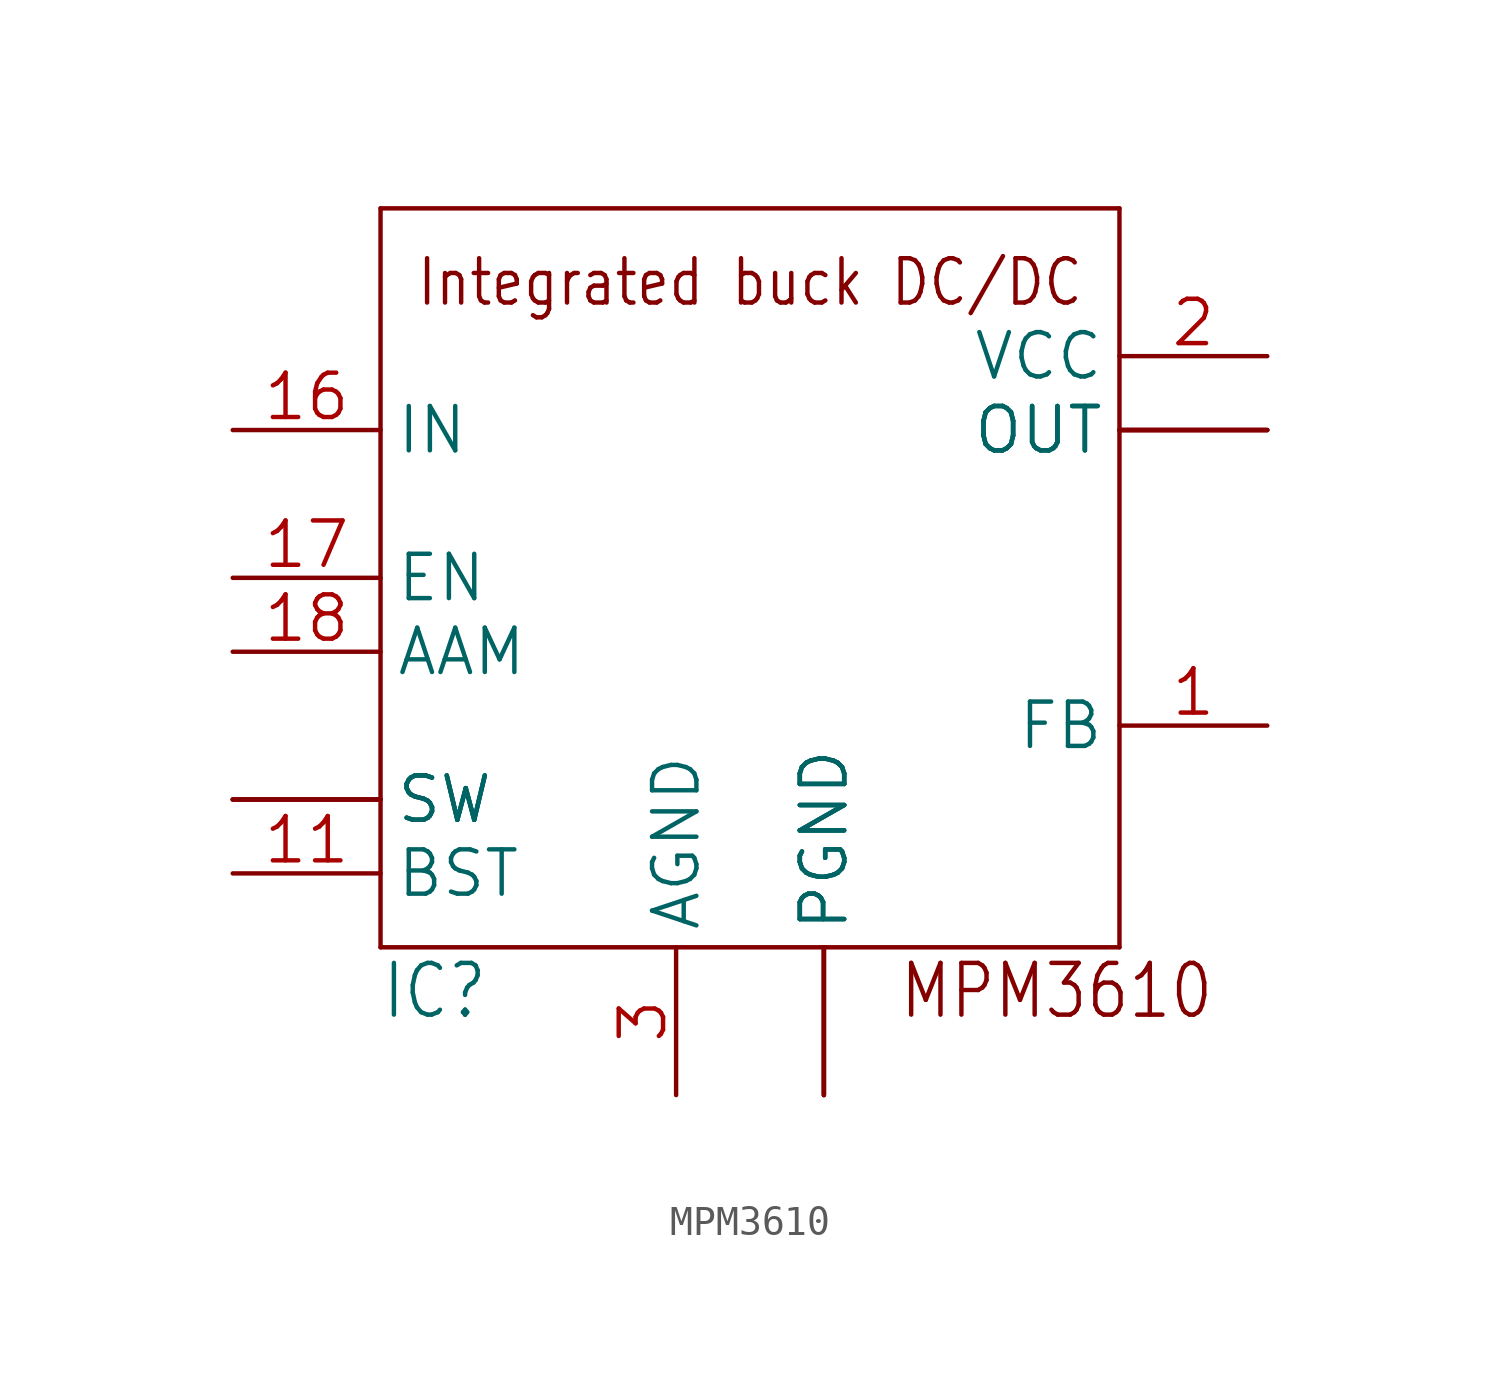
<source format=kicad_sym>
(kicad_symbol_lib
  (version 20241209)
  (generator "kicad_symbol_editor")
  (generator_version "9.0")
  (symbol "MPM3610"
    (property "Reference" "IC"
      (at -12.7 -15.24 0)
      (effects (font (size 1.778 1.511)) (justify left bottom)))
    (property "ki_locked" ""
      (at 0 0 0)
      (effects (font (size 1.27 1.27))))
    (symbol "MPM3610_1_0"
      (polyline (pts (xy -12.7 12.7) (xy -12.7 -12.7)) (stroke (width 0.152) (type solid)) (fill (type none)))
      (polyline (pts (xy -12.7 -12.7) (xy 12.7 -12.7)) (stroke (width 0.152) (type solid)) (fill (type none)))
      (polyline (pts (xy 12.7 12.7) (xy -12.7 12.7)) (stroke (width 0.152) (type solid)) (fill (type none)))
      (polyline (pts (xy 12.7 -12.7) (xy 12.7 12.7)) (stroke (width 0.152) (type solid)) (fill (type none)))
      (text "Integrated buck DC/DC" (at 0 10.16 0) (effects (font (size 1.524 1.295))))
      (text "MPM3610" (at 5.08 -15.24 0) (effects (font (size 1.778 1.511)) (justify left bottom)))
      (pin power_in line (at -17.78 5.08 0) (length 5.08) (name "IN" (effects (font (size 1.524 1.524)))) (number "16" (effects (font (size 1.524 1.524)))))
      (pin input line (at -17.78 0 0) (length 5.08) (name "EN" (effects (font (size 1.524 1.524)))) (number "17" (effects (font (size 1.524 1.524)))))
      (pin input line (at -17.78 -2.54 0) (length 5.08) (name "AAM" (effects (font (size 1.524 1.524)))) (number "18" (effects (font (size 1.524 1.524)))))
      (pin passive line (at -17.78 -7.62 0) (length 5.08) (name "SW" (effects (font (size 1.524 1.524)))) (number "4" (effects (font (size 0 0)))))
      (pin passive line (at -17.78 -7.62 0) (length 5.08) (name "SW" (effects (font (size 1.524 1.524)))) (number "5" (effects (font (size 0 0)))))
      (pin passive line (at -17.78 -7.62 0) (length 5.08) (name "SW" (effects (font (size 1.524 1.524)))) (number "6" (effects (font (size 0 0)))))
      (pin passive line (at -17.78 -10.16 0) (length 5.08) (name "BST" (effects (font (size 1.524 1.524)))) (number "11" (effects (font (size 1.524 1.524)))))
      (pin power_in line (at -2.54 -17.78 90) (length 5.08) (name "AGND" (effects (font (size 1.524 1.524)))) (number "3" (effects (font (size 1.524 1.524)))))
      (pin power_in line (at 2.54 -17.78 90) (length 5.08) (name "PGND" (effects (font (size 1.524 1.524)))) (number "12" (effects (font (size 0 0)))))
      (pin power_in line (at 2.54 -17.78 90) (length 5.08) (name "PGND" (effects (font (size 1.524 1.524)))) (number "13" (effects (font (size 0 0)))))
      (pin power_in line (at 2.54 -17.78 90) (length 5.08) (name "PGND" (effects (font (size 1.524 1.524)))) (number "14" (effects (font (size 0 0)))))
      (pin power_in line (at 17.78 7.62 180) (length 5.08) (name "VCC" (effects (font (size 1.524 1.524)))) (number "2" (effects (font (size 1.524 1.524)))))
      (pin power_in line (at 17.78 5.08 180) (length 5.08) (name "OUT" (effects (font (size 1.524 1.524)))) (number "7" (effects (font (size 0 0)))))
      (pin power_in line (at 17.78 5.08 180) (length 5.08) (name "OUT" (effects (font (size 1.524 1.524)))) (number "8" (effects (font (size 0 0)))))
      (pin power_in line (at 17.78 5.08 180) (length 5.08) (name "OUT" (effects (font (size 1.524 1.524)))) (number "9" (effects (font (size 0 0)))))
      (pin input line (at 17.78 -5.08 180) (length 5.08) (name "FB" (effects (font (size 1.524 1.524)))) (number "1" (effects (font (size 1.524 1.524))))))))
</source>
